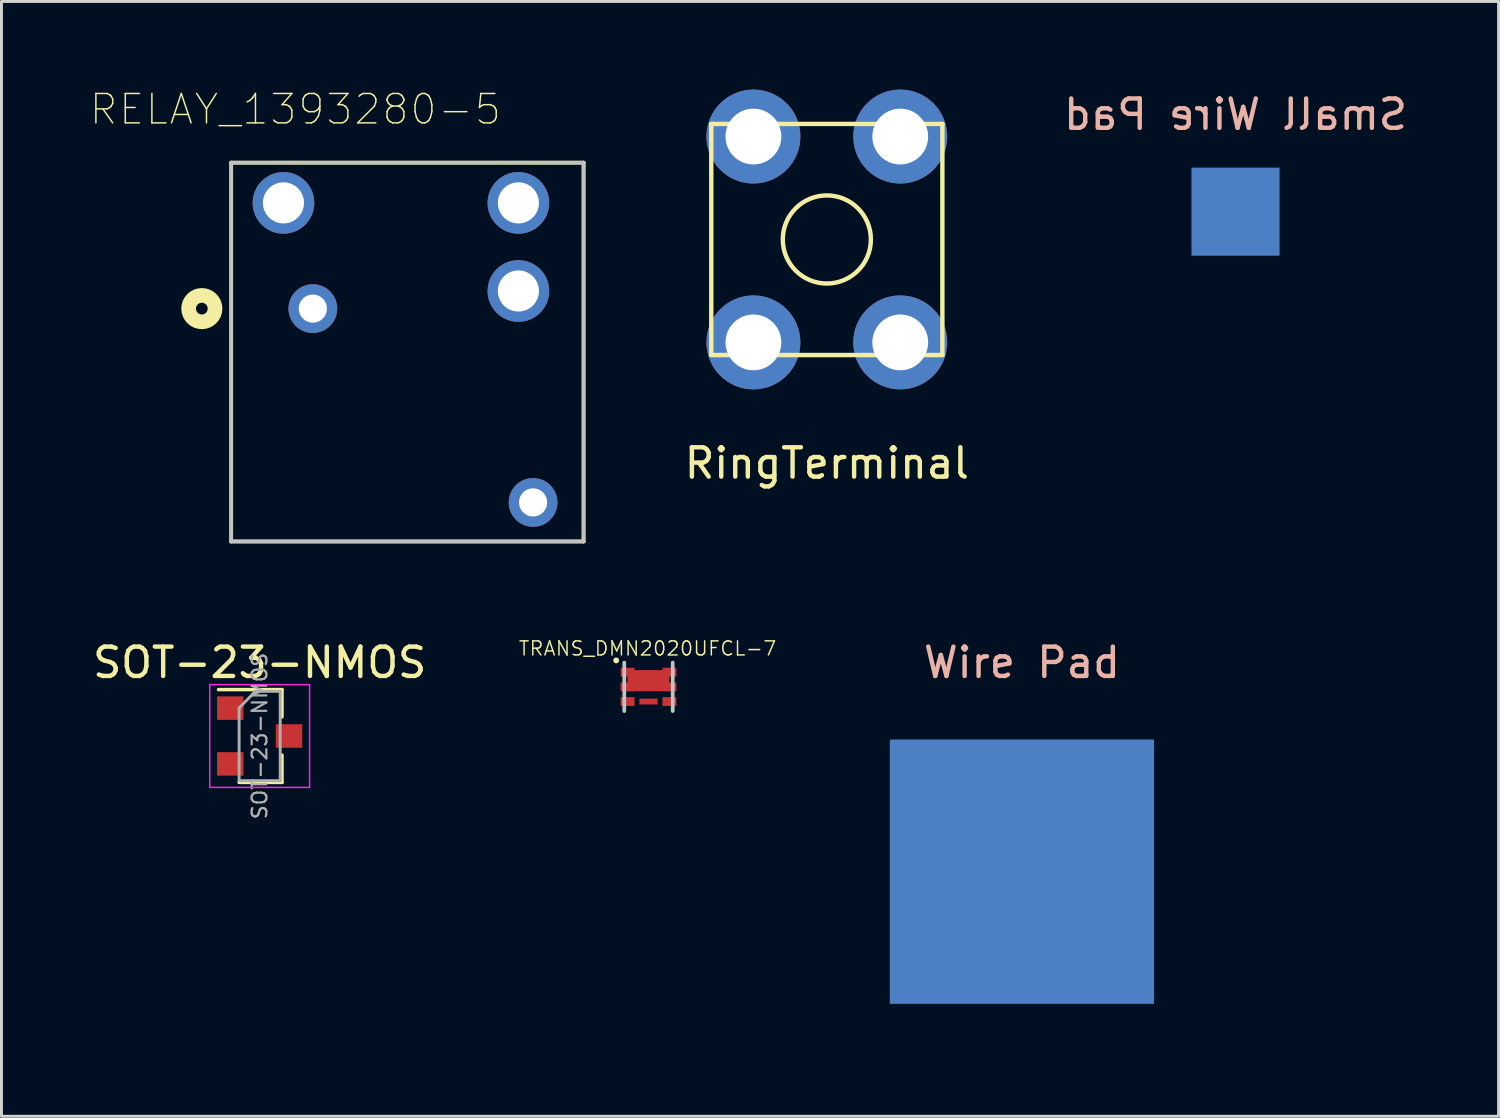
<source format=kicad_pcb>
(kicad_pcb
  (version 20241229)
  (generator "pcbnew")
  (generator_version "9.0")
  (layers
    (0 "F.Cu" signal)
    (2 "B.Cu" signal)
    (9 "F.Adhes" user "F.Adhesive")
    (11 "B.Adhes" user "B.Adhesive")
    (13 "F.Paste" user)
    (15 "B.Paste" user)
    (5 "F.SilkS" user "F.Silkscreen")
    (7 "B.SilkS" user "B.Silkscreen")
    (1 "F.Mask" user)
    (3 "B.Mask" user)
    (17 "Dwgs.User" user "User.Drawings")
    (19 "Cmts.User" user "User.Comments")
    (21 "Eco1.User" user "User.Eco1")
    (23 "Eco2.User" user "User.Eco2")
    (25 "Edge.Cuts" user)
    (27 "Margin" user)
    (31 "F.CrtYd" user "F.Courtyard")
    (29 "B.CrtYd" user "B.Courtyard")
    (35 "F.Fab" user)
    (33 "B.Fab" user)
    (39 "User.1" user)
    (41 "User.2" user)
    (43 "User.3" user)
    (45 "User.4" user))
  (footprint "RingTerminal"
    (layer "F.Cu")
    (at 25.106 5.105)
    (property "Reference" "RingTerminal" (at 0 7.62 0) (layer "F.SilkS") (effects (font (size 1 1) (thickness 0.15))))
    (attr through_hole)
    (fp_line (start -3.935 -3.935) (end 3.935 -3.935) (stroke (width 0.15) (type solid)) (layer "F.SilkS"))
    (fp_line (start -3.935 3.935) (end -3.935 -3.935) (stroke (width 0.15) (type solid)) (layer "F.SilkS"))
    (fp_line (start 3.935 -3.935) (end 3.935 3.935) (stroke (width 0.15) (type solid)) (layer "F.SilkS"))
    (fp_line (start 3.935 3.935) (end -3.935 3.935) (stroke (width 0.15) (type solid)) (layer "F.SilkS"))
    (fp_circle (center 0 0) (end 1.5 0) (stroke (width 0.15) (type solid)) (fill no) (layer "F.SilkS"))
    (pad "1" thru_hole circle (at -2.5 -3.505) (size 3.2 3.2) (drill 1.9) (layers "*.Cu" "*.Mask"))
    (pad "1" thru_hole circle (at -2.5 3.505) (size 3.2 3.2) (drill 1.9) (layers "*.Cu" "*.Mask"))
    (pad "1" thru_hole circle (at 2.5 -3.505) (size 3.2 3.2) (drill 1.9) (layers "*.Cu" "*.Mask"))
    (pad "1" thru_hole circle (at 2.5 3.505) (size 3.2 3.2) (drill 1.9) (layers "*.Cu" "*.Mask")))
  (footprint "RELAY_1393280-5"
    (layer "F.Cu")
    (at 10.823 8.939)
    (property "Reference" "RELAY_1393280-5" (at -3.815 -8.266 0) (layer "F.SilkS") (effects (font (size 1.001 1.001) (thickness 0.05))))
    (attr through_hole)
    (fp_line (start -6 -6.45) (end 6 -6.45) (stroke (width 0.127) (type solid)) (layer "F.SilkS"))
    (fp_line (start -6 6.45) (end -6 -6.45) (stroke (width 0.127) (type solid)) (layer "F.SilkS"))
    (fp_line (start 6 -6.45) (end 6 6.45) (stroke (width 0.127) (type solid)) (layer "F.SilkS"))
    (fp_line (start 6 6.45) (end -6 6.45) (stroke (width 0.127) (type solid)) (layer "F.SilkS"))
    (fp_circle (center -7 -1.48) (end -6.8 -1.48) (stroke (width 0.5) (type solid)) (fill no) (layer "F.SilkS"))
    (fp_line (start -6 -6.45) (end -6 6.45) (stroke (width 0.127) (type solid)) (layer "Dwgs.User"))
    (fp_line (start -6 6.45) (end 6 6.45) (stroke (width 0.127) (type solid)) (layer "Dwgs.User"))
    (fp_line (start 6 -6.45) (end -6 -6.45) (stroke (width 0.127) (type solid)) (layer "Dwgs.User"))
    (fp_line (start 6 6.45) (end 6 -6.45) (stroke (width 0.127) (type solid)) (layer "Dwgs.User"))
    (fp_line (start -6.3 -6.7) (end 6.3 -6.7) (stroke (width 0.05) (type solid)) (layer "Eco1.User"))
    (fp_line (start -6.3 6.7) (end -6.3 -6.7) (stroke (width 0.05) (type solid)) (layer "Eco1.User"))
    (fp_line (start 6.3 -6.7) (end 6.3 6.7) (stroke (width 0.05) (type solid)) (layer "Eco1.User"))
    (fp_line (start 6.3 6.7) (end -6.3 6.7) (stroke (width 0.05) (type solid)) (layer "Eco1.User"))
    (pad "1" thru_hole circle (at -3.22 -1.48 180) (size 1.66 1.66) (drill 0.96) (layers "*.Cu" "*.Mask"))
    (pad "2" thru_hole circle (at 4.28 5.12 180) (size 1.66 1.66) (drill 0.96) (layers "*.Cu" "*.Mask"))
    (pad "3" thru_hole circle (at 3.78 -5.08 180) (size 2.1 2.1) (drill 1.4) (layers "*.Cu" "*.Mask"))
    (pad "4" thru_hole circle (at -4.22 -5.08 180) (size 2.1 2.1) (drill 1.4) (layers "*.Cu" "*.Mask"))
    (pad "5" thru_hole circle (at 3.78 -2.08 180) (size 2.1 2.1) (drill 1.4) (layers "*.Cu" "*.Mask")))
  (footprint "SOT-23-NMOS"
    (layer "F.Cu")
    (at 5.792 22.013)
    (property "Reference" "SOT-23-NMOS" (at 0 -2.5 0) (layer "F.SilkS") (effects (font (size 1 1) (thickness 0.15))))
    (attr smd)
    (fp_line (start 0.76 -1.58) (end -1.4 -1.58) (stroke (width 0.12) (type solid)) (layer "F.SilkS"))
    (fp_line (start 0.76 -1.58) (end 0.76 -0.65) (stroke (width 0.12) (type solid)) (layer "F.SilkS"))
    (fp_line (start 0.76 1.58) (end -0.7 1.58) (stroke (width 0.12) (type solid)) (layer "F.SilkS"))
    (fp_line (start 0.76 1.58) (end 0.76 0.65) (stroke (width 0.12) (type solid)) (layer "F.SilkS"))
    (fp_line (start -1.7 -1.75) (end 1.7 -1.75) (stroke (width 0.05) (type solid)) (layer "F.CrtYd"))
    (fp_line (start -1.7 1.75) (end -1.7 -1.75) (stroke (width 0.05) (type solid)) (layer "F.CrtYd"))
    (fp_line (start 1.7 -1.75) (end 1.7 1.75) (stroke (width 0.05) (type solid)) (layer "F.CrtYd"))
    (fp_line (start 1.7 1.75) (end -1.7 1.75) (stroke (width 0.05) (type solid)) (layer "F.CrtYd"))
    (fp_line (start -0.7 -0.95) (end -0.7 1.5) (stroke (width 0.1) (type solid)) (layer "F.Fab"))
    (fp_line (start -0.7 -0.95) (end -0.15 -1.52) (stroke (width 0.1) (type solid)) (layer "F.Fab"))
    (fp_line (start -0.7 1.52) (end 0.7 1.52) (stroke (width 0.1) (type solid)) (layer "F.Fab"))
    (fp_line (start -0.15 -1.52) (end 0.7 -1.52) (stroke (width 0.1) (type solid)) (layer "F.Fab"))
    (fp_line (start 0.7 -1.52) (end 0.7 1.52) (stroke (width 0.1) (type solid)) (layer "F.Fab"))
    (fp_text user "${REFERENCE}" (at 0 0 90) (layer "F.Fab") (effects (font (size 0.5 0.5) (thickness 0.075))))
    (pad "1" smd rect (at 1 0) (size 0.9 0.8) (layers "F.Cu" "F.Mask" "F.Paste"))
    (pad "2" smd rect (at -1 -0.95) (size 0.9 0.8) (layers "F.Cu" "F.Mask" "F.Paste"))
    (pad "3" smd rect (at -1 0.95) (size 0.9 0.8) (layers "F.Cu" "F.Mask" "F.Paste")))
  (footprint "TRANS_DMN2020UFCL-7"
    (layer "F.Cu")
    (at 19.033 20.339)
    (property "Reference" "TRANS_DMN2020UFCL-7" (at -0.031 -1.306 0) (layer "F.SilkS") (effects (font (size 0.48 0.48) (thickness 0.05))))
    (attr smd)
    (fp_circle (center -1.1 -0.9) (end -1.05 -0.9) (stroke (width 0.1) (type solid)) (fill no) (layer "F.SilkS"))
    (fp_line (start -0.825 0.825) (end -0.825 -0.825) (stroke (width 0.127) (type solid)) (layer "Dwgs.User"))
    (fp_line (start 0.825 -0.825) (end 0.825 0.825) (stroke (width 0.127) (type solid)) (layer "Dwgs.User"))
    (fp_line (start -1.25 -1) (end 1.25 -1) (stroke (width 0.05) (type solid)) (layer "Eco1.User"))
    (fp_line (start -1.25 1) (end -1.25 -1) (stroke (width 0.05) (type solid)) (layer "Eco1.User"))
    (fp_line (start 1.25 -1) (end 1.25 1) (stroke (width 0.05) (type solid)) (layer "Eco1.User"))
    (fp_line (start 1.25 1) (end -1.25 1) (stroke (width 0.05) (type solid)) (layer "Eco1.User"))
    (pad "1" smd rect (at -0.713 -0.5) (size 0.475 0.3) (layers "F.Cu" "F.Mask" "F.Paste"))
    (pad "2" smd rect (at -0.713 0) (size 0.475 0.3) (layers "F.Cu" "F.Mask" "F.Paste"))
    (pad "3" smd rect (at -0.713 0.5) (size 0.475 0.3) (layers "F.Cu" "F.Mask" "F.Paste"))
    (pad "4" smd rect (at 0.713 0.5) (size 0.475 0.3) (layers "F.Cu" "F.Mask" "F.Paste"))
    (pad "5" smd rect (at 0.713 0) (size 0.475 0.3) (layers "F.Cu" "F.Mask" "F.Paste"))
    (pad "6" smd rect (at 0.713 -0.5) (size 0.475 0.3) (layers "F.Cu" "F.Mask" "F.Paste"))
    (pad "7" smd rect (at 0 0.5) (size 0.62 0.2) (layers "F.Cu" "F.Mask" "F.Paste"))
    (pad "8" smd rect (at 0 -0.21) (size 1.425 0.72) (layers "F.Cu" "F.Mask" "F.Paste")))
  (footprint "Small Wire Pad"
    (layer "F.Cu")
    (at 36.483 6.698)
    (property "Reference" "Small Wire Pad" (at 2.54 -5.85 0) (layer "B.SilkS") (effects (font (size 1 1) (thickness 0.15)) (justify mirror)))
    (attr through_hole)
    (pad "1" smd rect (at 2.54 -2.54) (size 3 3) (layers "F.Mask" "B.Cu" "F.Paste")))
  (footprint "Wire Pad"
    (layer "F.Cu")
    (at 26.67 31.713)
    (property "Reference" "Wire Pad" (at 5.08 -12.2 0) (layer "B.SilkS") (effects (font (size 1 1) (thickness 0.15))))
    (attr through_hole)
    (pad "1" smd rect (at 5.08 -5.08) (size 9 9) (layers "B.Cu" "B.Mask")))
  (gr_rect
    (start -3 -3)
    (end 47.981 34.963)
    (stroke (width 0.1) (type default))
    (fill no)
    (layer "Edge.Cuts")))
</source>
